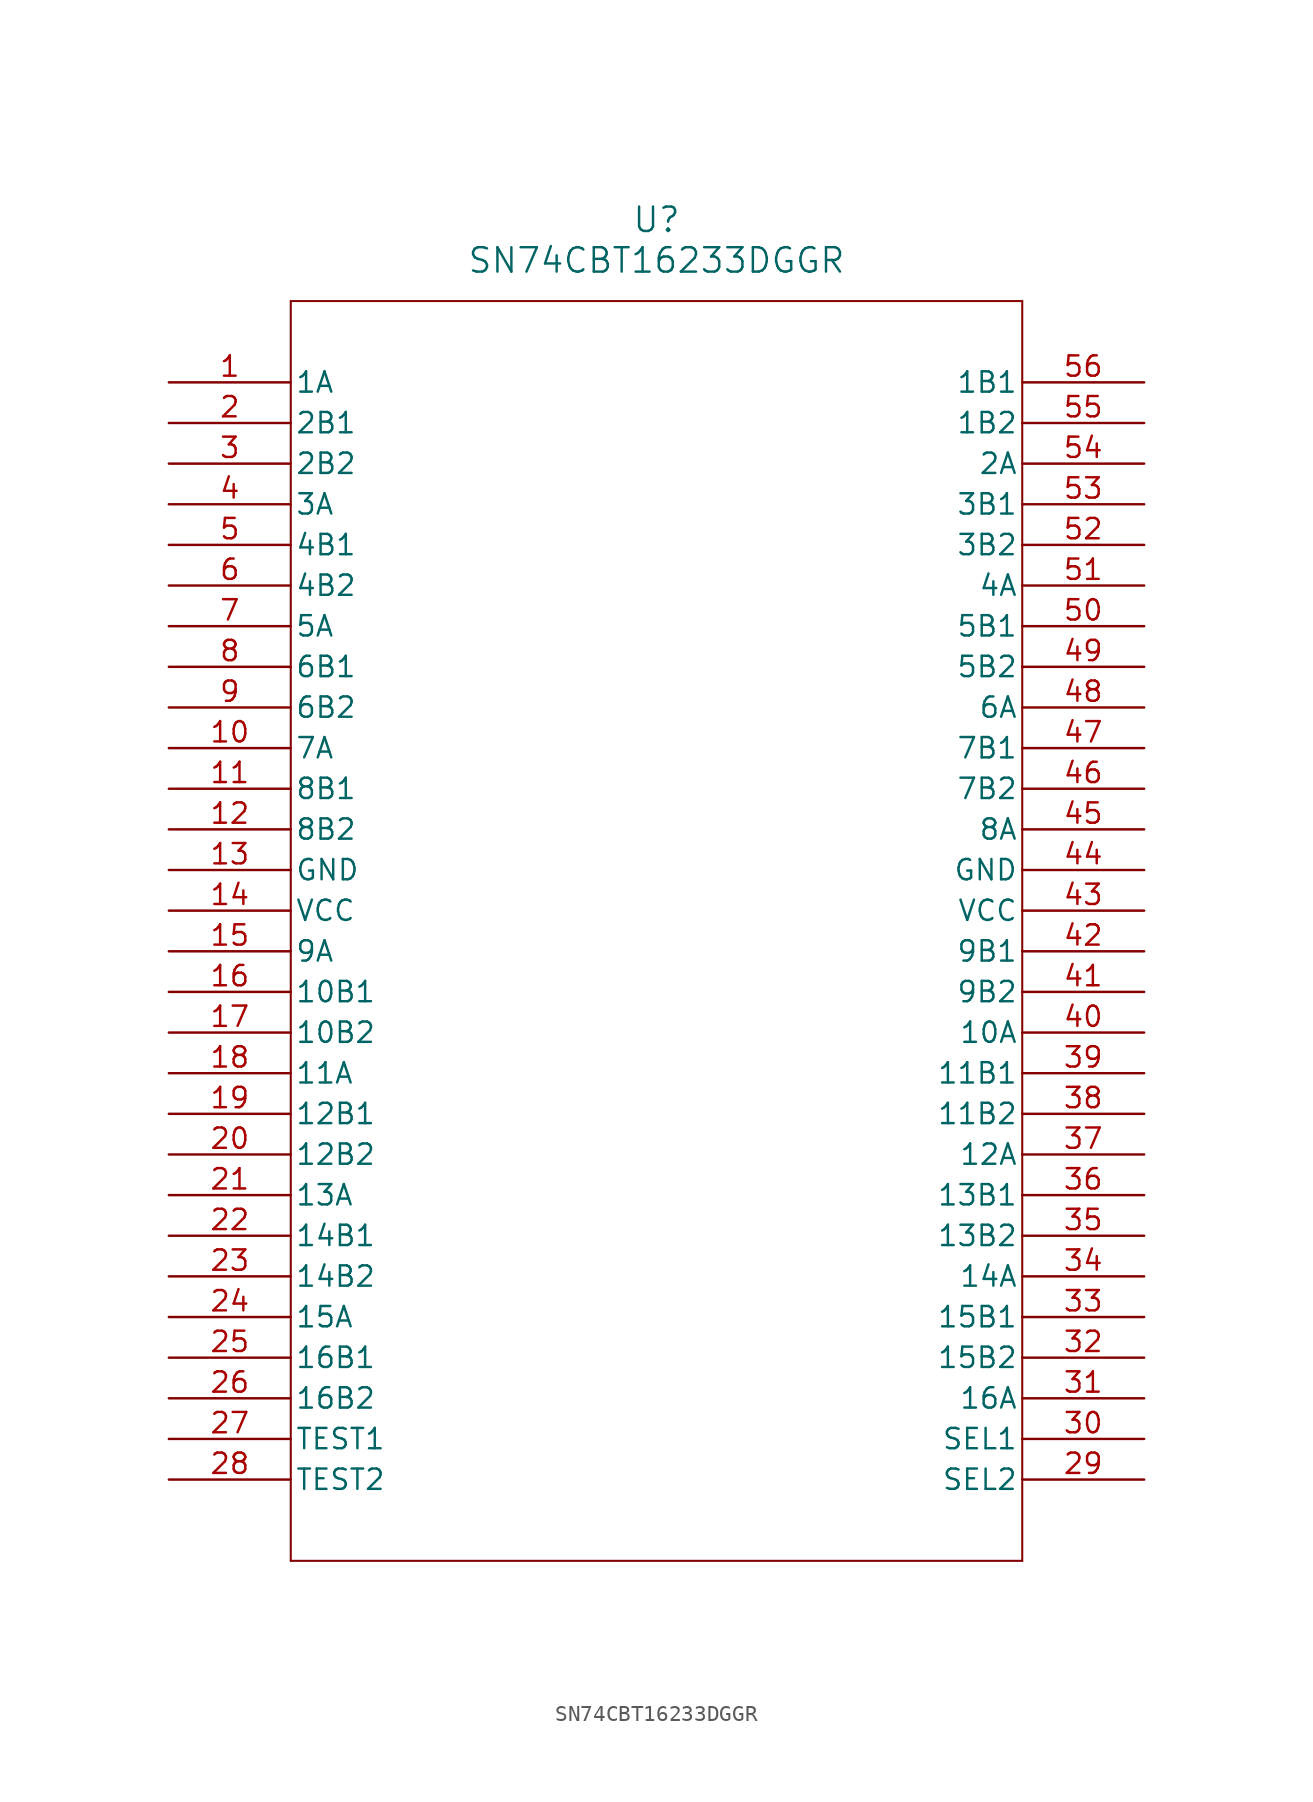
<source format=kicad_sym>
(kicad_symbol_lib
  (version 20211014)
  (generator kicad_symbol_editor)
  (symbol "SN74CBT16233DGGR"
    (pin_names
      (offset 0.254))
    (property "Reference" "U"
      (at 30.48 10.16 0)
      (effects (font (size 1.524 1.524))))
    (property "Value" "SN74CBT16233DGGR"
      (at 30.48 7.62 0)
      (effects (font (size 1.524 1.524))))
    (symbol "SN74CBT16233DGGR_0_1"
      (polyline (pts (xy 7.62 5.08) (xy 7.62 -73.66)) (stroke (width 0.127) (type default) (color 0 0 0 0)) (fill (type none)))
      (polyline (pts (xy 7.62 -73.66) (xy 53.34 -73.66)) (stroke (width 0.127) (type default) (color 0 0 0 0)) (fill (type none)))
      (polyline (pts (xy 53.34 -73.66) (xy 53.34 5.08)) (stroke (width 0.127) (type default) (color 0 0 0 0)) (fill (type none)))
      (polyline (pts (xy 53.34 5.08) (xy 7.62 5.08)) (stroke (width 0.127) (type default) (color 0 0 0 0)) (fill (type none)))
      (pin bidirectional line (at 0 0 0) (length 7.62) (name "1A" (effects (font (size 1.27 1.27)))) (number "1" (effects (font (size 1.27 1.27)))))
      (pin bidirectional line (at 0 -2.54 0) (length 7.62) (name "2B1" (effects (font (size 1.27 1.27)))) (number "2" (effects (font (size 1.27 1.27)))))
      (pin bidirectional line (at 0 -5.08 0) (length 7.62) (name "2B2" (effects (font (size 1.27 1.27)))) (number "3" (effects (font (size 1.27 1.27)))))
      (pin bidirectional line (at 0 -7.62 0) (length 7.62) (name "3A" (effects (font (size 1.27 1.27)))) (number "4" (effects (font (size 1.27 1.27)))))
      (pin bidirectional line (at 0 -10.16 0) (length 7.62) (name "4B1" (effects (font (size 1.27 1.27)))) (number "5" (effects (font (size 1.27 1.27)))))
      (pin bidirectional line (at 0 -12.7 0) (length 7.62) (name "4B2" (effects (font (size 1.27 1.27)))) (number "6" (effects (font (size 1.27 1.27)))))
      (pin bidirectional line (at 0 -15.24 0) (length 7.62) (name "5A" (effects (font (size 1.27 1.27)))) (number "7" (effects (font (size 1.27 1.27)))))
      (pin bidirectional line (at 0 -17.78 0) (length 7.62) (name "6B1" (effects (font (size 1.27 1.27)))) (number "8" (effects (font (size 1.27 1.27)))))
      (pin bidirectional line (at 0 -20.32 0) (length 7.62) (name "6B2" (effects (font (size 1.27 1.27)))) (number "9" (effects (font (size 1.27 1.27)))))
      (pin bidirectional line (at 0 -22.86 0) (length 7.62) (name "7A" (effects (font (size 1.27 1.27)))) (number "10" (effects (font (size 1.27 1.27)))))
      (pin bidirectional line (at 0 -25.4 0) (length 7.62) (name "8B1" (effects (font (size 1.27 1.27)))) (number "11" (effects (font (size 1.27 1.27)))))
      (pin bidirectional line (at 0 -27.94 0) (length 7.62) (name "8B2" (effects (font (size 1.27 1.27)))) (number "12" (effects (font (size 1.27 1.27)))))
      (pin power_in line (at 0 -30.48 0) (length 7.62) (name "GND" (effects (font (size 1.27 1.27)))) (number "13" (effects (font (size 1.27 1.27)))))
      (pin power_in line (at 0 -33.02 0) (length 7.62) (name "VCC" (effects (font (size 1.27 1.27)))) (number "14" (effects (font (size 1.27 1.27)))))
      (pin bidirectional line (at 0 -35.56 0) (length 7.62) (name "9A" (effects (font (size 1.27 1.27)))) (number "15" (effects (font (size 1.27 1.27)))))
      (pin bidirectional line (at 0 -38.1 0) (length 7.62) (name "10B1" (effects (font (size 1.27 1.27)))) (number "16" (effects (font (size 1.27 1.27)))))
      (pin bidirectional line (at 0 -40.64 0) (length 7.62) (name "10B2" (effects (font (size 1.27 1.27)))) (number "17" (effects (font (size 1.27 1.27)))))
      (pin bidirectional line (at 0 -43.18 0) (length 7.62) (name "11A" (effects (font (size 1.27 1.27)))) (number "18" (effects (font (size 1.27 1.27)))))
      (pin bidirectional line (at 0 -45.72 0) (length 7.62) (name "12B1" (effects (font (size 1.27 1.27)))) (number "19" (effects (font (size 1.27 1.27)))))
      (pin bidirectional line (at 0 -48.26 0) (length 7.62) (name "12B2" (effects (font (size 1.27 1.27)))) (number "20" (effects (font (size 1.27 1.27)))))
      (pin bidirectional line (at 0 -50.8 0) (length 7.62) (name "13A" (effects (font (size 1.27 1.27)))) (number "21" (effects (font (size 1.27 1.27)))))
      (pin bidirectional line (at 0 -53.34 0) (length 7.62) (name "14B1" (effects (font (size 1.27 1.27)))) (number "22" (effects (font (size 1.27 1.27)))))
      (pin bidirectional line (at 0 -55.88 0) (length 7.62) (name "14B2" (effects (font (size 1.27 1.27)))) (number "23" (effects (font (size 1.27 1.27)))))
      (pin bidirectional line (at 0 -58.42 0) (length 7.62) (name "15A" (effects (font (size 1.27 1.27)))) (number "24" (effects (font (size 1.27 1.27)))))
      (pin bidirectional line (at 0 -60.96 0) (length 7.62) (name "16B1" (effects (font (size 1.27 1.27)))) (number "25" (effects (font (size 1.27 1.27)))))
      (pin bidirectional line (at 0 -63.5 0) (length 7.62) (name "16B2" (effects (font (size 1.27 1.27)))) (number "26" (effects (font (size 1.27 1.27)))))
      (pin input line (at 0 -66.04 0) (length 7.62) (name "TEST1" (effects (font (size 1.27 1.27)))) (number "27" (effects (font (size 1.27 1.27)))))
      (pin input line (at 0 -68.58 0) (length 7.62) (name "TEST2" (effects (font (size 1.27 1.27)))) (number "28" (effects (font (size 1.27 1.27)))))
      (pin input line (at 60.96 -68.58 180) (length 7.62) (name "SEL2" (effects (font (size 1.27 1.27)))) (number "29" (effects (font (size 1.27 1.27)))))
      (pin input line (at 60.96 -66.04 180) (length 7.62) (name "SEL1" (effects (font (size 1.27 1.27)))) (number "30" (effects (font (size 1.27 1.27)))))
      (pin bidirectional line (at 60.96 -63.5 180) (length 7.62) (name "16A" (effects (font (size 1.27 1.27)))) (number "31" (effects (font (size 1.27 1.27)))))
      (pin bidirectional line (at 60.96 -60.96 180) (length 7.62) (name "15B2" (effects (font (size 1.27 1.27)))) (number "32" (effects (font (size 1.27 1.27)))))
      (pin bidirectional line (at 60.96 -58.42 180) (length 7.62) (name "15B1" (effects (font (size 1.27 1.27)))) (number "33" (effects (font (size 1.27 1.27)))))
      (pin bidirectional line (at 60.96 -55.88 180) (length 7.62) (name "14A" (effects (font (size 1.27 1.27)))) (number "34" (effects (font (size 1.27 1.27)))))
      (pin bidirectional line (at 60.96 -53.34 180) (length 7.62) (name "13B2" (effects (font (size 1.27 1.27)))) (number "35" (effects (font (size 1.27 1.27)))))
      (pin bidirectional line (at 60.96 -50.8 180) (length 7.62) (name "13B1" (effects (font (size 1.27 1.27)))) (number "36" (effects (font (size 1.27 1.27)))))
      (pin bidirectional line (at 60.96 -48.26 180) (length 7.62) (name "12A" (effects (font (size 1.27 1.27)))) (number "37" (effects (font (size 1.27 1.27)))))
      (pin bidirectional line (at 60.96 -45.72 180) (length 7.62) (name "11B2" (effects (font (size 1.27 1.27)))) (number "38" (effects (font (size 1.27 1.27)))))
      (pin bidirectional line (at 60.96 -43.18 180) (length 7.62) (name "11B1" (effects (font (size 1.27 1.27)))) (number "39" (effects (font (size 1.27 1.27)))))
      (pin bidirectional line (at 60.96 -40.64 180) (length 7.62) (name "10A" (effects (font (size 1.27 1.27)))) (number "40" (effects (font (size 1.27 1.27)))))
      (pin bidirectional line (at 60.96 -38.1 180) (length 7.62) (name "9B2" (effects (font (size 1.27 1.27)))) (number "41" (effects (font (size 1.27 1.27)))))
      (pin bidirectional line (at 60.96 -35.56 180) (length 7.62) (name "9B1" (effects (font (size 1.27 1.27)))) (number "42" (effects (font (size 1.27 1.27)))))
      (pin power_in line (at 60.96 -33.02 180) (length 7.62) (name "VCC" (effects (font (size 1.27 1.27)))) (number "43" (effects (font (size 1.27 1.27)))))
      (pin power_in line (at 60.96 -30.48 180) (length 7.62) (name "GND" (effects (font (size 1.27 1.27)))) (number "44" (effects (font (size 1.27 1.27)))))
      (pin bidirectional line (at 60.96 -27.94 180) (length 7.62) (name "8A" (effects (font (size 1.27 1.27)))) (number "45" (effects (font (size 1.27 1.27)))))
      (pin bidirectional line (at 60.96 -25.4 180) (length 7.62) (name "7B2" (effects (font (size 1.27 1.27)))) (number "46" (effects (font (size 1.27 1.27)))))
      (pin bidirectional line (at 60.96 -22.86 180) (length 7.62) (name "7B1" (effects (font (size 1.27 1.27)))) (number "47" (effects (font (size 1.27 1.27)))))
      (pin bidirectional line (at 60.96 -20.32 180) (length 7.62) (name "6A" (effects (font (size 1.27 1.27)))) (number "48" (effects (font (size 1.27 1.27)))))
      (pin bidirectional line (at 60.96 -17.78 180) (length 7.62) (name "5B2" (effects (font (size 1.27 1.27)))) (number "49" (effects (font (size 1.27 1.27)))))
      (pin bidirectional line (at 60.96 -15.24 180) (length 7.62) (name "5B1" (effects (font (size 1.27 1.27)))) (number "50" (effects (font (size 1.27 1.27)))))
      (pin bidirectional line (at 60.96 -12.7 180) (length 7.62) (name "4A" (effects (font (size 1.27 1.27)))) (number "51" (effects (font (size 1.27 1.27)))))
      (pin bidirectional line (at 60.96 -10.16 180) (length 7.62) (name "3B2" (effects (font (size 1.27 1.27)))) (number "52" (effects (font (size 1.27 1.27)))))
      (pin bidirectional line (at 60.96 -7.62 180) (length 7.62) (name "3B1" (effects (font (size 1.27 1.27)))) (number "53" (effects (font (size 1.27 1.27)))))
      (pin bidirectional line (at 60.96 -5.08 180) (length 7.62) (name "2A" (effects (font (size 1.27 1.27)))) (number "54" (effects (font (size 1.27 1.27)))))
      (pin bidirectional line (at 60.96 -2.54 180) (length 7.62) (name "1B2" (effects (font (size 1.27 1.27)))) (number "55" (effects (font (size 1.27 1.27)))))
      (pin bidirectional line (at 60.96 0 180) (length 7.62) (name "1B1" (effects (font (size 1.27 1.27)))) (number "56" (effects (font (size 1.27 1.27))))))))
</source>
